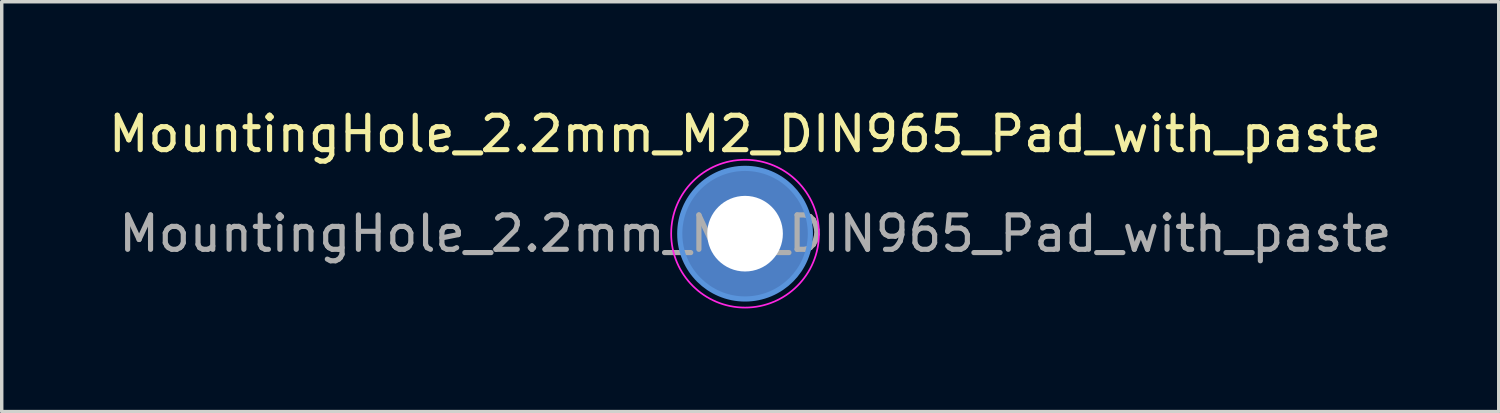
<source format=kicad_pcb>
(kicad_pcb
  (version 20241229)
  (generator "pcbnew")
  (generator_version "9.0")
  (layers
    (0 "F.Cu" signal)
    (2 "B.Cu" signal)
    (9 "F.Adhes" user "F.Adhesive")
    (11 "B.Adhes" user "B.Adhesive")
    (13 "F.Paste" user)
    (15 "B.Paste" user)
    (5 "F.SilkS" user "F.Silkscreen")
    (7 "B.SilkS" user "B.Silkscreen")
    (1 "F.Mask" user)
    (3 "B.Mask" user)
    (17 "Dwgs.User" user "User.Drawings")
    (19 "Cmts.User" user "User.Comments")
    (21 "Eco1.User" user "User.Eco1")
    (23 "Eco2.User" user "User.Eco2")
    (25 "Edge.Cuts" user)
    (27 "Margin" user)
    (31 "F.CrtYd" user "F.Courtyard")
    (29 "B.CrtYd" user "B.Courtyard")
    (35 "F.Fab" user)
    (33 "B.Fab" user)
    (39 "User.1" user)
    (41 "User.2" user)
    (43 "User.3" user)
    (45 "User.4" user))
  (footprint "MountingHole_2.2mm_M2_DIN965_Pad_with_paste"
    (layer "F.Cu")
    (at 18.625 3.748)
    (property "Reference" "MountingHole_2.2mm_M2_DIN965_Pad_with_paste" (at 0 -2.9 0) (layer "F.SilkS") (effects (font (size 1 1) (thickness 0.15))))
    (attr exclude_from_pos_files exclude_from_bom)
    (fp_circle (center 0 0) (end 1.1 0) (stroke (width 0) (type solid)) (fill yes) (layer "F.Paste"))
    (fp_circle (center 0 0) (end 1.9 0) (stroke (width 0.15) (type solid)) (fill no) (layer "Cmts.User"))
    (fp_circle (center 0 0) (end 2.15 0) (stroke (width 0.05) (type solid)) (fill no) (layer "F.CrtYd"))
    (fp_text user "${REFERENCE}" (at 0.3 0 0) (layer "F.Fab") (effects (font (size 1 1) (thickness 0.15))))
    (pad "1" thru_hole circle (at 0 0) (size 3.8 3.8) (drill 2.2) (layers "*.Cu" "*.Mask")))
  (gr_rect
    (start -3 -3)
    (end 40.55 8.923)
    (stroke (width 0.1) (type default))
    (fill no)
    (layer "Edge.Cuts")))
</source>
